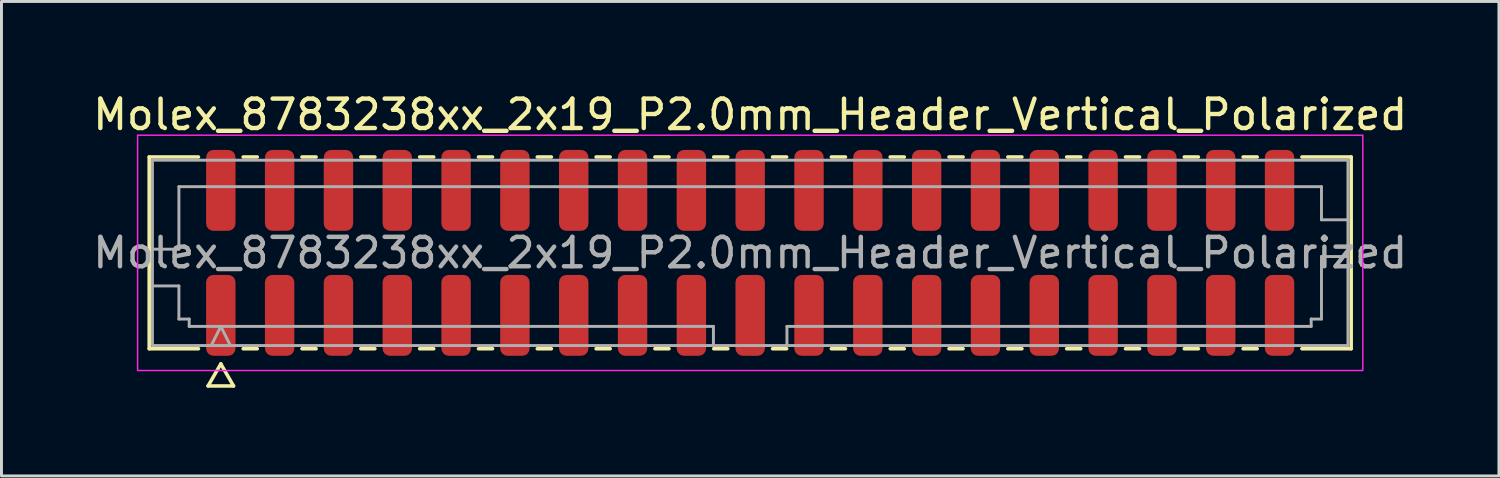
<source format=kicad_pcb>
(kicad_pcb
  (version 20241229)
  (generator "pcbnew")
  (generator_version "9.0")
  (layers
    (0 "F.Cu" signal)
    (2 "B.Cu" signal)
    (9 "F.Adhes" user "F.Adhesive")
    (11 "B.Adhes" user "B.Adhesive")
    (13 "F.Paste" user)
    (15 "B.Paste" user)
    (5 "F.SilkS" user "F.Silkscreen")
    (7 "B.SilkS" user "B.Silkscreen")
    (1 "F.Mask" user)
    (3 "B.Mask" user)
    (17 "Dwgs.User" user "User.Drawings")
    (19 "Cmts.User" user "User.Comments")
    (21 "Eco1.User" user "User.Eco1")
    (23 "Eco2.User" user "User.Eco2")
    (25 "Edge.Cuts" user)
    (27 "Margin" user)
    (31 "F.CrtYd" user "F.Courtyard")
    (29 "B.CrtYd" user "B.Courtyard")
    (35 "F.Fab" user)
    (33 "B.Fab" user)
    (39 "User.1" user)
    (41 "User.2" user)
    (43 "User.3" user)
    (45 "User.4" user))
  (footprint "Molex_8783238xx_2x19_P2.0mm_Header_Vertical_Polarized"
    (layer "F.Cu")
    (at 22.458 5.548)
    (property "Reference" "Molex_8783238xx_2x19_P2.0mm_Header_Vertical_Polarized" (at 0 -4.7 0) (layer "F.SilkS") (effects (font (size 1 1) (thickness 0.15))))
    (attr smd)
    (fp_line (start -20.435 -3.26) (end -18.76 -3.26) (stroke (width 0.12) (type solid)) (layer "F.SilkS"))
    (fp_line (start -20.435 3.26) (end -20.435 -3.26) (stroke (width 0.12) (type solid)) (layer "F.SilkS"))
    (fp_line (start -18.76 3.26) (end -20.435 3.26) (stroke (width 0.12) (type solid)) (layer "F.SilkS"))
    (fp_line (start -18.433 4.525) (end -18 3.775) (stroke (width 0.12) (type solid)) (layer "F.SilkS"))
    (fp_line (start -18 3.775) (end -17.567 4.525) (stroke (width 0.12) (type solid)) (layer "F.SilkS"))
    (fp_line (start -17.567 4.525) (end -18.433 4.525) (stroke (width 0.12) (type solid)) (layer "F.SilkS"))
    (fp_line (start -17.24 -3.26) (end -16.76 -3.26) (stroke (width 0.12) (type solid)) (layer "F.SilkS"))
    (fp_line (start -16.76 3.26) (end -17.24 3.26) (stroke (width 0.12) (type solid)) (layer "F.SilkS"))
    (fp_line (start -15.24 -3.26) (end -14.76 -3.26) (stroke (width 0.12) (type solid)) (layer "F.SilkS"))
    (fp_line (start -14.76 3.26) (end -15.24 3.26) (stroke (width 0.12) (type solid)) (layer "F.SilkS"))
    (fp_line (start -13.24 -3.26) (end -12.76 -3.26) (stroke (width 0.12) (type solid)) (layer "F.SilkS"))
    (fp_line (start -12.76 3.26) (end -13.24 3.26) (stroke (width 0.12) (type solid)) (layer "F.SilkS"))
    (fp_line (start -11.24 -3.26) (end -10.76 -3.26) (stroke (width 0.12) (type solid)) (layer "F.SilkS"))
    (fp_line (start -10.76 3.26) (end -11.24 3.26) (stroke (width 0.12) (type solid)) (layer "F.SilkS"))
    (fp_line (start -9.24 -3.26) (end -8.76 -3.26) (stroke (width 0.12) (type solid)) (layer "F.SilkS"))
    (fp_line (start -8.76 3.26) (end -9.24 3.26) (stroke (width 0.12) (type solid)) (layer "F.SilkS"))
    (fp_line (start -7.24 -3.26) (end -6.76 -3.26) (stroke (width 0.12) (type solid)) (layer "F.SilkS"))
    (fp_line (start -6.76 3.26) (end -7.24 3.26) (stroke (width 0.12) (type solid)) (layer "F.SilkS"))
    (fp_line (start -5.24 -3.26) (end -4.76 -3.26) (stroke (width 0.12) (type solid)) (layer "F.SilkS"))
    (fp_line (start -4.76 3.26) (end -5.24 3.26) (stroke (width 0.12) (type solid)) (layer "F.SilkS"))
    (fp_line (start -3.24 -3.26) (end -2.76 -3.26) (stroke (width 0.12) (type solid)) (layer "F.SilkS"))
    (fp_line (start -2.76 3.26) (end -3.24 3.26) (stroke (width 0.12) (type solid)) (layer "F.SilkS"))
    (fp_line (start -1.24 -3.26) (end -0.76 -3.26) (stroke (width 0.12) (type solid)) (layer "F.SilkS"))
    (fp_line (start -0.76 3.26) (end -1.24 3.26) (stroke (width 0.12) (type solid)) (layer "F.SilkS"))
    (fp_line (start 0.76 -3.26) (end 1.24 -3.26) (stroke (width 0.12) (type solid)) (layer "F.SilkS"))
    (fp_line (start 1.24 3.26) (end 0.76 3.26) (stroke (width 0.12) (type solid)) (layer "F.SilkS"))
    (fp_line (start 2.76 -3.26) (end 3.24 -3.26) (stroke (width 0.12) (type solid)) (layer "F.SilkS"))
    (fp_line (start 3.24 3.26) (end 2.76 3.26) (stroke (width 0.12) (type solid)) (layer "F.SilkS"))
    (fp_line (start 4.76 -3.26) (end 5.24 -3.26) (stroke (width 0.12) (type solid)) (layer "F.SilkS"))
    (fp_line (start 5.24 3.26) (end 4.76 3.26) (stroke (width 0.12) (type solid)) (layer "F.SilkS"))
    (fp_line (start 6.76 -3.26) (end 7.24 -3.26) (stroke (width 0.12) (type solid)) (layer "F.SilkS"))
    (fp_line (start 7.24 3.26) (end 6.76 3.26) (stroke (width 0.12) (type solid)) (layer "F.SilkS"))
    (fp_line (start 8.76 -3.26) (end 9.24 -3.26) (stroke (width 0.12) (type solid)) (layer "F.SilkS"))
    (fp_line (start 9.24 3.26) (end 8.76 3.26) (stroke (width 0.12) (type solid)) (layer "F.SilkS"))
    (fp_line (start 10.76 -3.26) (end 11.24 -3.26) (stroke (width 0.12) (type solid)) (layer "F.SilkS"))
    (fp_line (start 11.24 3.26) (end 10.76 3.26) (stroke (width 0.12) (type solid)) (layer "F.SilkS"))
    (fp_line (start 12.76 -3.26) (end 13.24 -3.26) (stroke (width 0.12) (type solid)) (layer "F.SilkS"))
    (fp_line (start 13.24 3.26) (end 12.76 3.26) (stroke (width 0.12) (type solid)) (layer "F.SilkS"))
    (fp_line (start 14.76 -3.26) (end 15.24 -3.26) (stroke (width 0.12) (type solid)) (layer "F.SilkS"))
    (fp_line (start 15.24 3.26) (end 14.76 3.26) (stroke (width 0.12) (type solid)) (layer "F.SilkS"))
    (fp_line (start 16.76 -3.26) (end 17.24 -3.26) (stroke (width 0.12) (type solid)) (layer "F.SilkS"))
    (fp_line (start 17.24 3.26) (end 16.76 3.26) (stroke (width 0.12) (type solid)) (layer "F.SilkS"))
    (fp_line (start 18.76 -3.26) (end 20.435 -3.26) (stroke (width 0.12) (type solid)) (layer "F.SilkS"))
    (fp_line (start 20.435 -3.26) (end 20.435 3.26) (stroke (width 0.12) (type solid)) (layer "F.SilkS"))
    (fp_line (start 20.435 3.26) (end 18.76 3.26) (stroke (width 0.12) (type solid)) (layer "F.SilkS"))
    (fp_rect (start -20.83 -4) (end 20.83 4) (stroke (width 0.05) (type solid)) (fill no) (layer "F.CrtYd"))
    (fp_line (start -20.325 -3.15) (end 20.325 -3.15) (stroke (width 0.1) (type solid)) (layer "F.Fab"))
    (fp_line (start -20.325 -0.125) (end -19.425 -0.125) (stroke (width 0.1) (type solid)) (layer "F.Fab"))
    (fp_line (start -20.325 1.125) (end -19.425 1.125) (stroke (width 0.1) (type solid)) (layer "F.Fab"))
    (fp_line (start -20.325 3.15) (end -20.325 -3.15) (stroke (width 0.1) (type solid)) (layer "F.Fab"))
    (fp_line (start -19.425 -2.25) (end 19.425 -2.25) (stroke (width 0.1) (type solid)) (layer "F.Fab"))
    (fp_line (start -19.425 -0.125) (end -19.425 -2.25) (stroke (width 0.1) (type solid)) (layer "F.Fab"))
    (fp_line (start -19.425 1.125) (end -19.425 2.25) (stroke (width 0.1) (type solid)) (layer "F.Fab"))
    (fp_line (start -19.425 2.25) (end -19.075 2.25) (stroke (width 0.1) (type solid)) (layer "F.Fab"))
    (fp_line (start -19.075 2.25) (end -19.075 2.5) (stroke (width 0.1) (type solid)) (layer "F.Fab"))
    (fp_line (start -19.075 2.5) (end -1.25 2.5) (stroke (width 0.1) (type solid)) (layer "F.Fab"))
    (fp_line (start -18.325 3.15) (end -18 2.5) (stroke (width 0.1) (type solid)) (layer "F.Fab"))
    (fp_line (start -18 2.5) (end -17.675 3.15) (stroke (width 0.1) (type solid)) (layer "F.Fab"))
    (fp_line (start -1.25 2.5) (end -1.25 3.15) (stroke (width 0.1) (type solid)) (layer "F.Fab"))
    (fp_line (start 1.25 2.5) (end 1.25 3.15) (stroke (width 0.1) (type solid)) (layer "F.Fab"))
    (fp_line (start 1.25 2.5) (end 19.075 2.5) (stroke (width 0.1) (type solid)) (layer "F.Fab"))
    (fp_line (start 19.075 2.25) (end 19.425 2.25) (stroke (width 0.1) (type solid)) (layer "F.Fab"))
    (fp_line (start 19.075 2.5) (end 19.075 2.25) (stroke (width 0.1) (type solid)) (layer "F.Fab"))
    (fp_line (start 19.425 -2.25) (end 19.425 -1.125) (stroke (width 0.1) (type solid)) (layer "F.Fab"))
    (fp_line (start 19.425 -1.125) (end 20.325 -1.125) (stroke (width 0.1) (type solid)) (layer "F.Fab"))
    (fp_line (start 19.425 0.125) (end 20.325 0.125) (stroke (width 0.1) (type solid)) (layer "F.Fab"))
    (fp_line (start 19.425 2.25) (end 19.425 0.125) (stroke (width 0.1) (type solid)) (layer "F.Fab"))
    (fp_line (start 20.325 -3.15) (end 20.325 3.15) (stroke (width 0.1) (type solid)) (layer "F.Fab"))
    (fp_line (start 20.325 3.15) (end -20.325 3.15) (stroke (width 0.1) (type solid)) (layer "F.Fab"))
    (fp_text user "${REFERENCE}" (at 0 0 0) (layer "F.Fab") (effects (font (size 1 1) (thickness 0.15))))
    (pad "1" smd roundrect (at -18 2.125) (size 1 2.75) (layers "F.Cu" "F.Mask" "F.Paste") (roundrect_rratio 0.25))
    (pad "2" smd roundrect (at -18 -2.125) (size 1 2.75) (layers "F.Cu" "F.Mask" "F.Paste") (roundrect_rratio 0.25))
    (pad "3" smd roundrect (at -16 2.125) (size 1 2.75) (layers "F.Cu" "F.Mask" "F.Paste") (roundrect_rratio 0.25))
    (pad "4" smd roundrect (at -16 -2.125) (size 1 2.75) (layers "F.Cu" "F.Mask" "F.Paste") (roundrect_rratio 0.25))
    (pad "5" smd roundrect (at -14 2.125) (size 1 2.75) (layers "F.Cu" "F.Mask" "F.Paste") (roundrect_rratio 0.25))
    (pad "6" smd roundrect (at -14 -2.125) (size 1 2.75) (layers "F.Cu" "F.Mask" "F.Paste") (roundrect_rratio 0.25))
    (pad "7" smd roundrect (at -12 2.125) (size 1 2.75) (layers "F.Cu" "F.Mask" "F.Paste") (roundrect_rratio 0.25))
    (pad "8" smd roundrect (at -12 -2.125) (size 1 2.75) (layers "F.Cu" "F.Mask" "F.Paste") (roundrect_rratio 0.25))
    (pad "9" smd roundrect (at -10 2.125) (size 1 2.75) (layers "F.Cu" "F.Mask" "F.Paste") (roundrect_rratio 0.25))
    (pad "10" smd roundrect (at -10 -2.125) (size 1 2.75) (layers "F.Cu" "F.Mask" "F.Paste") (roundrect_rratio 0.25))
    (pad "11" smd roundrect (at -8 2.125) (size 1 2.75) (layers "F.Cu" "F.Mask" "F.Paste") (roundrect_rratio 0.25))
    (pad "12" smd roundrect (at -8 -2.125) (size 1 2.75) (layers "F.Cu" "F.Mask" "F.Paste") (roundrect_rratio 0.25))
    (pad "13" smd roundrect (at -6 2.125) (size 1 2.75) (layers "F.Cu" "F.Mask" "F.Paste") (roundrect_rratio 0.25))
    (pad "14" smd roundrect (at -6 -2.125) (size 1 2.75) (layers "F.Cu" "F.Mask" "F.Paste") (roundrect_rratio 0.25))
    (pad "15" smd roundrect (at -4 2.125) (size 1 2.75) (layers "F.Cu" "F.Mask" "F.Paste") (roundrect_rratio 0.25))
    (pad "16" smd roundrect (at -4 -2.125) (size 1 2.75) (layers "F.Cu" "F.Mask" "F.Paste") (roundrect_rratio 0.25))
    (pad "17" smd roundrect (at -2 2.125) (size 1 2.75) (layers "F.Cu" "F.Mask" "F.Paste") (roundrect_rratio 0.25))
    (pad "18" smd roundrect (at -2 -2.125) (size 1 2.75) (layers "F.Cu" "F.Mask" "F.Paste") (roundrect_rratio 0.25))
    (pad "19" smd roundrect (at 0 2.125) (size 1 2.75) (layers "F.Cu" "F.Mask" "F.Paste") (roundrect_rratio 0.25))
    (pad "20" smd roundrect (at 0 -2.125) (size 1 2.75) (layers "F.Cu" "F.Mask" "F.Paste") (roundrect_rratio 0.25))
    (pad "21" smd roundrect (at 2 2.125) (size 1 2.75) (layers "F.Cu" "F.Mask" "F.Paste") (roundrect_rratio 0.25))
    (pad "22" smd roundrect (at 2 -2.125) (size 1 2.75) (layers "F.Cu" "F.Mask" "F.Paste") (roundrect_rratio 0.25))
    (pad "23" smd roundrect (at 4 2.125) (size 1 2.75) (layers "F.Cu" "F.Mask" "F.Paste") (roundrect_rratio 0.25))
    (pad "24" smd roundrect (at 4 -2.125) (size 1 2.75) (layers "F.Cu" "F.Mask" "F.Paste") (roundrect_rratio 0.25))
    (pad "25" smd roundrect (at 6 2.125) (size 1 2.75) (layers "F.Cu" "F.Mask" "F.Paste") (roundrect_rratio 0.25))
    (pad "26" smd roundrect (at 6 -2.125) (size 1 2.75) (layers "F.Cu" "F.Mask" "F.Paste") (roundrect_rratio 0.25))
    (pad "27" smd roundrect (at 8 2.125) (size 1 2.75) (layers "F.Cu" "F.Mask" "F.Paste") (roundrect_rratio 0.25))
    (pad "28" smd roundrect (at 8 -2.125) (size 1 2.75) (layers "F.Cu" "F.Mask" "F.Paste") (roundrect_rratio 0.25))
    (pad "29" smd roundrect (at 10 2.125) (size 1 2.75) (layers "F.Cu" "F.Mask" "F.Paste") (roundrect_rratio 0.25))
    (pad "30" smd roundrect (at 10 -2.125) (size 1 2.75) (layers "F.Cu" "F.Mask" "F.Paste") (roundrect_rratio 0.25))
    (pad "31" smd roundrect (at 12 2.125) (size 1 2.75) (layers "F.Cu" "F.Mask" "F.Paste") (roundrect_rratio 0.25))
    (pad "32" smd roundrect (at 12 -2.125) (size 1 2.75) (layers "F.Cu" "F.Mask" "F.Paste") (roundrect_rratio 0.25))
    (pad "33" smd roundrect (at 14 2.125) (size 1 2.75) (layers "F.Cu" "F.Mask" "F.Paste") (roundrect_rratio 0.25))
    (pad "34" smd roundrect (at 14 -2.125) (size 1 2.75) (layers "F.Cu" "F.Mask" "F.Paste") (roundrect_rratio 0.25))
    (pad "35" smd roundrect (at 16 2.125) (size 1 2.75) (layers "F.Cu" "F.Mask" "F.Paste") (roundrect_rratio 0.25))
    (pad "36" smd roundrect (at 16 -2.125) (size 1 2.75) (layers "F.Cu" "F.Mask" "F.Paste") (roundrect_rratio 0.25))
    (pad "37" smd roundrect (at 18 2.125) (size 1 2.75) (layers "F.Cu" "F.Mask" "F.Paste") (roundrect_rratio 0.25))
    (pad "38" smd roundrect (at 18 -2.125) (size 1 2.75) (layers "F.Cu" "F.Mask" "F.Paste") (roundrect_rratio 0.25)))
  (gr_rect
    (start -3 -3)
    (end 47.917 13.133)
    (stroke (width 0.1) (type default))
    (fill no)
    (layer "Edge.Cuts")))
</source>
